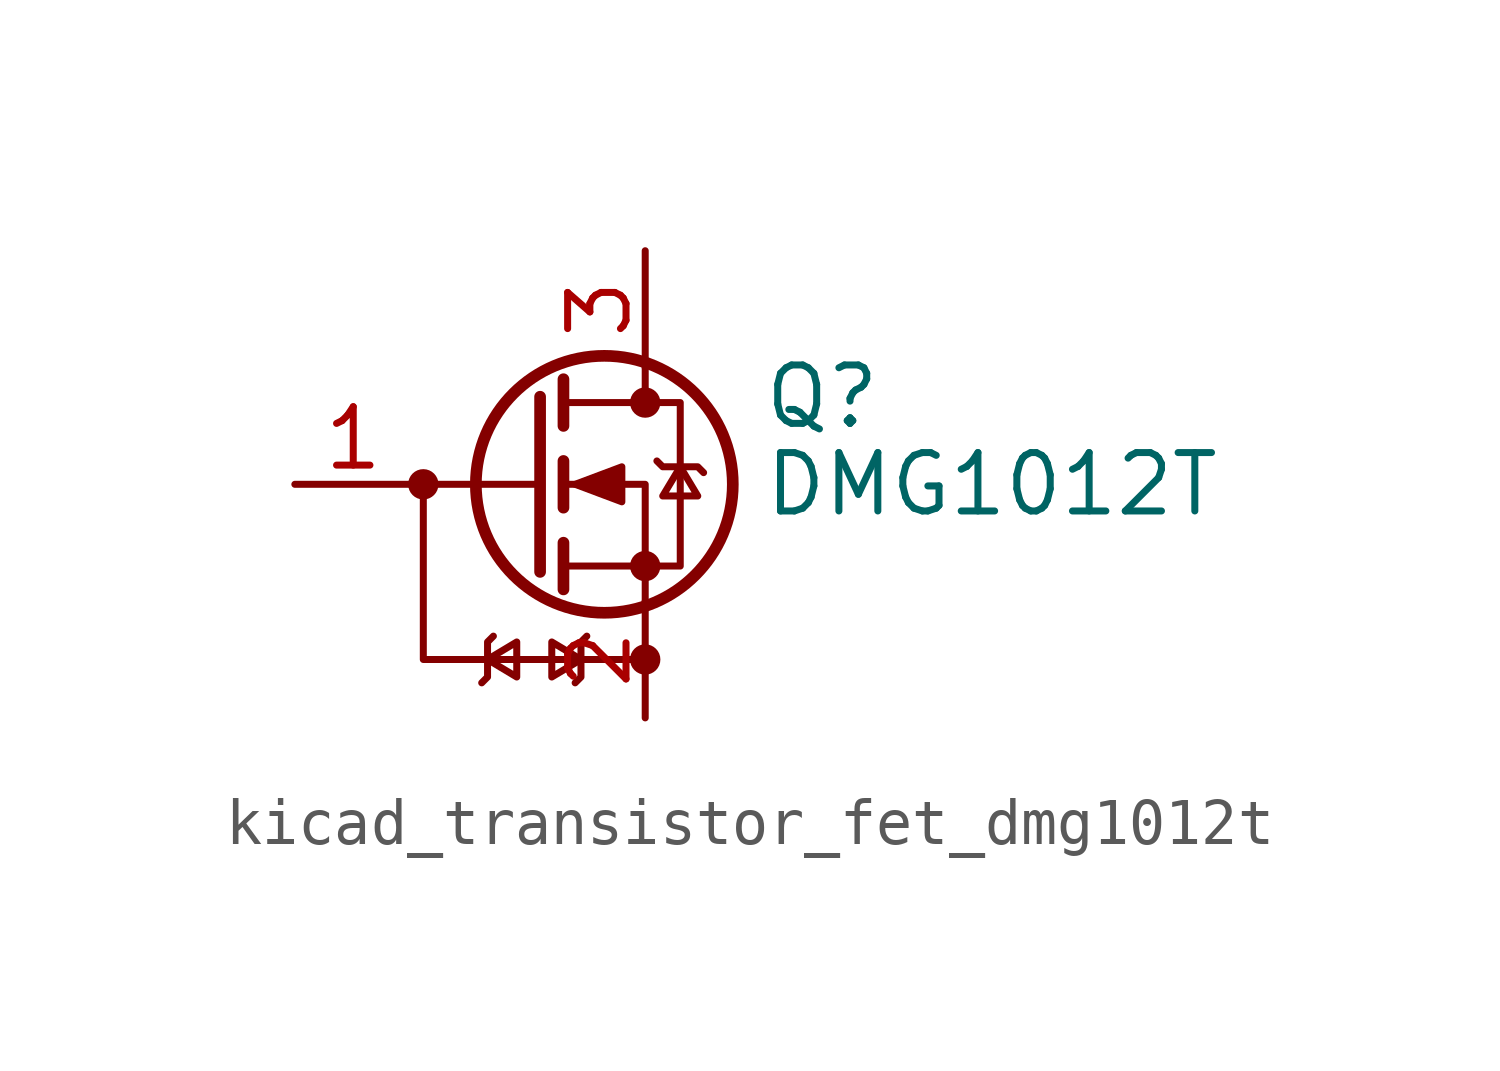
<source format=kicad_sym>
(kicad_symbol_lib
  (version 20220914)
  (generator kicad_symbol_editor)
  (symbol "kicad_transistor_fet_dmg1012t"
    (pin_names
      (offset 0) hide)
    (property "Reference" "Q"
      (at 5.08 1.905 0)
      (effects (font (size 1.27 1.27)) (justify left)))
    (property "Value" "DMG1012T"
      (at 5.08 0 0)
      (effects (font (size 1.27 1.27)) (justify left)))
    (symbol "kicad_transistor_fet_dmg1012t_0_1"
      (polyline (pts (xy 2.54 -3.81) (xy -2.286 -3.81) (xy -2.286 0)) (stroke (width 0) (type default)) (fill (type none))))
    (symbol "kicad_transistor_fet_dmg1012t_1_1"
      (circle (center -2.286 0) (radius 0.254) (stroke (width 0) (type default)) (fill (type outline)))
      (polyline (pts (xy 0.254 0) (xy -2.54 0)) (stroke (width 0) (type default)) (fill (type none)))
      (polyline (pts (xy 0.254 1.905) (xy 0.254 -1.905)) (stroke (width 0.254) (type default)) (fill (type none)))
      (polyline (pts (xy 0.762 -1.27) (xy 0.762 -2.286)) (stroke (width 0.254) (type default)) (fill (type none)))
      (polyline (pts (xy 0.762 0.508) (xy 0.762 -0.508)) (stroke (width 0.254) (type default)) (fill (type none)))
      (polyline (pts (xy 0.762 2.286) (xy 0.762 1.27)) (stroke (width 0.254) (type default)) (fill (type none)))
      (polyline (pts (xy 2.54 2.54) (xy 2.54 1.778)) (stroke (width 0) (type default)) (fill (type none)))
      (polyline (pts (xy 2.54 -2.54) (xy 2.54 0) (xy 0.762 0)) (stroke (width 0) (type default)) (fill (type none)))
      (polyline (pts (xy -1.016 -4.318) (xy -0.889 -4.191) (xy -0.889 -3.429) (xy -0.762 -3.302)) (stroke (width 0) (type default)) (fill (type none)))
      (polyline (pts (xy -0.889 -3.81) (xy -0.254 -4.191) (xy -0.254 -3.429) (xy -0.889 -3.81)) (stroke (width 0) (type default)) (fill (type none)))
      (polyline (pts (xy 0.762 -1.778) (xy 3.302 -1.778) (xy 3.302 1.778) (xy 0.762 1.778)) (stroke (width 0) (type default)) (fill (type none)))
      (polyline (pts (xy 1.016 0) (xy 2.032 0.381) (xy 2.032 -0.381) (xy 1.016 0)) (stroke (width 0) (type default)) (fill (type outline)))
      (polyline (pts (xy 1.143 -3.81) (xy 0.508 -3.429) (xy 0.508 -4.191) (xy 1.143 -3.81)) (stroke (width 0) (type default)) (fill (type none)))
      (polyline (pts (xy 1.27 -3.302) (xy 1.143 -3.429) (xy 1.143 -4.191) (xy 1.016 -4.318)) (stroke (width 0) (type default)) (fill (type none)))
      (polyline (pts (xy 2.794 0.508) (xy 2.921 0.381) (xy 3.683 0.381) (xy 3.81 0.254)) (stroke (width 0) (type default)) (fill (type none)))
      (polyline (pts (xy 3.302 0.381) (xy 2.921 -0.254) (xy 3.683 -0.254) (xy 3.302 0.381)) (stroke (width 0) (type default)) (fill (type none)))
      (circle (center 1.651 0) (radius 2.794) (stroke (width 0.254) (type default)) (fill (type none)))
      (circle (center 2.54 -3.81) (radius 0.254) (stroke (width 0) (type default)) (fill (type outline)))
      (circle (center 2.54 -1.778) (radius 0.254) (stroke (width 0) (type default)) (fill (type outline)))
      (circle (center 2.54 1.778) (radius 0.254) (stroke (width 0) (type default)) (fill (type outline)))
      (pin input line (at -5.08 0 0) (length 2.54) (name "G" (effects (font (size 1.27 1.27)))) (number "1" (effects (font (size 1.27 1.27)))))
      (pin passive line (at 2.54 -5.08 90) (length 2.54) (name "S" (effects (font (size 1.27 1.27)))) (number "2" (effects (font (size 1.27 1.27)))))
      (pin passive line (at 2.54 5.08 270) (length 2.54) (name "D" (effects (font (size 1.27 1.27)))) (number "3" (effects (font (size 1.27 1.27))))))))
</source>
